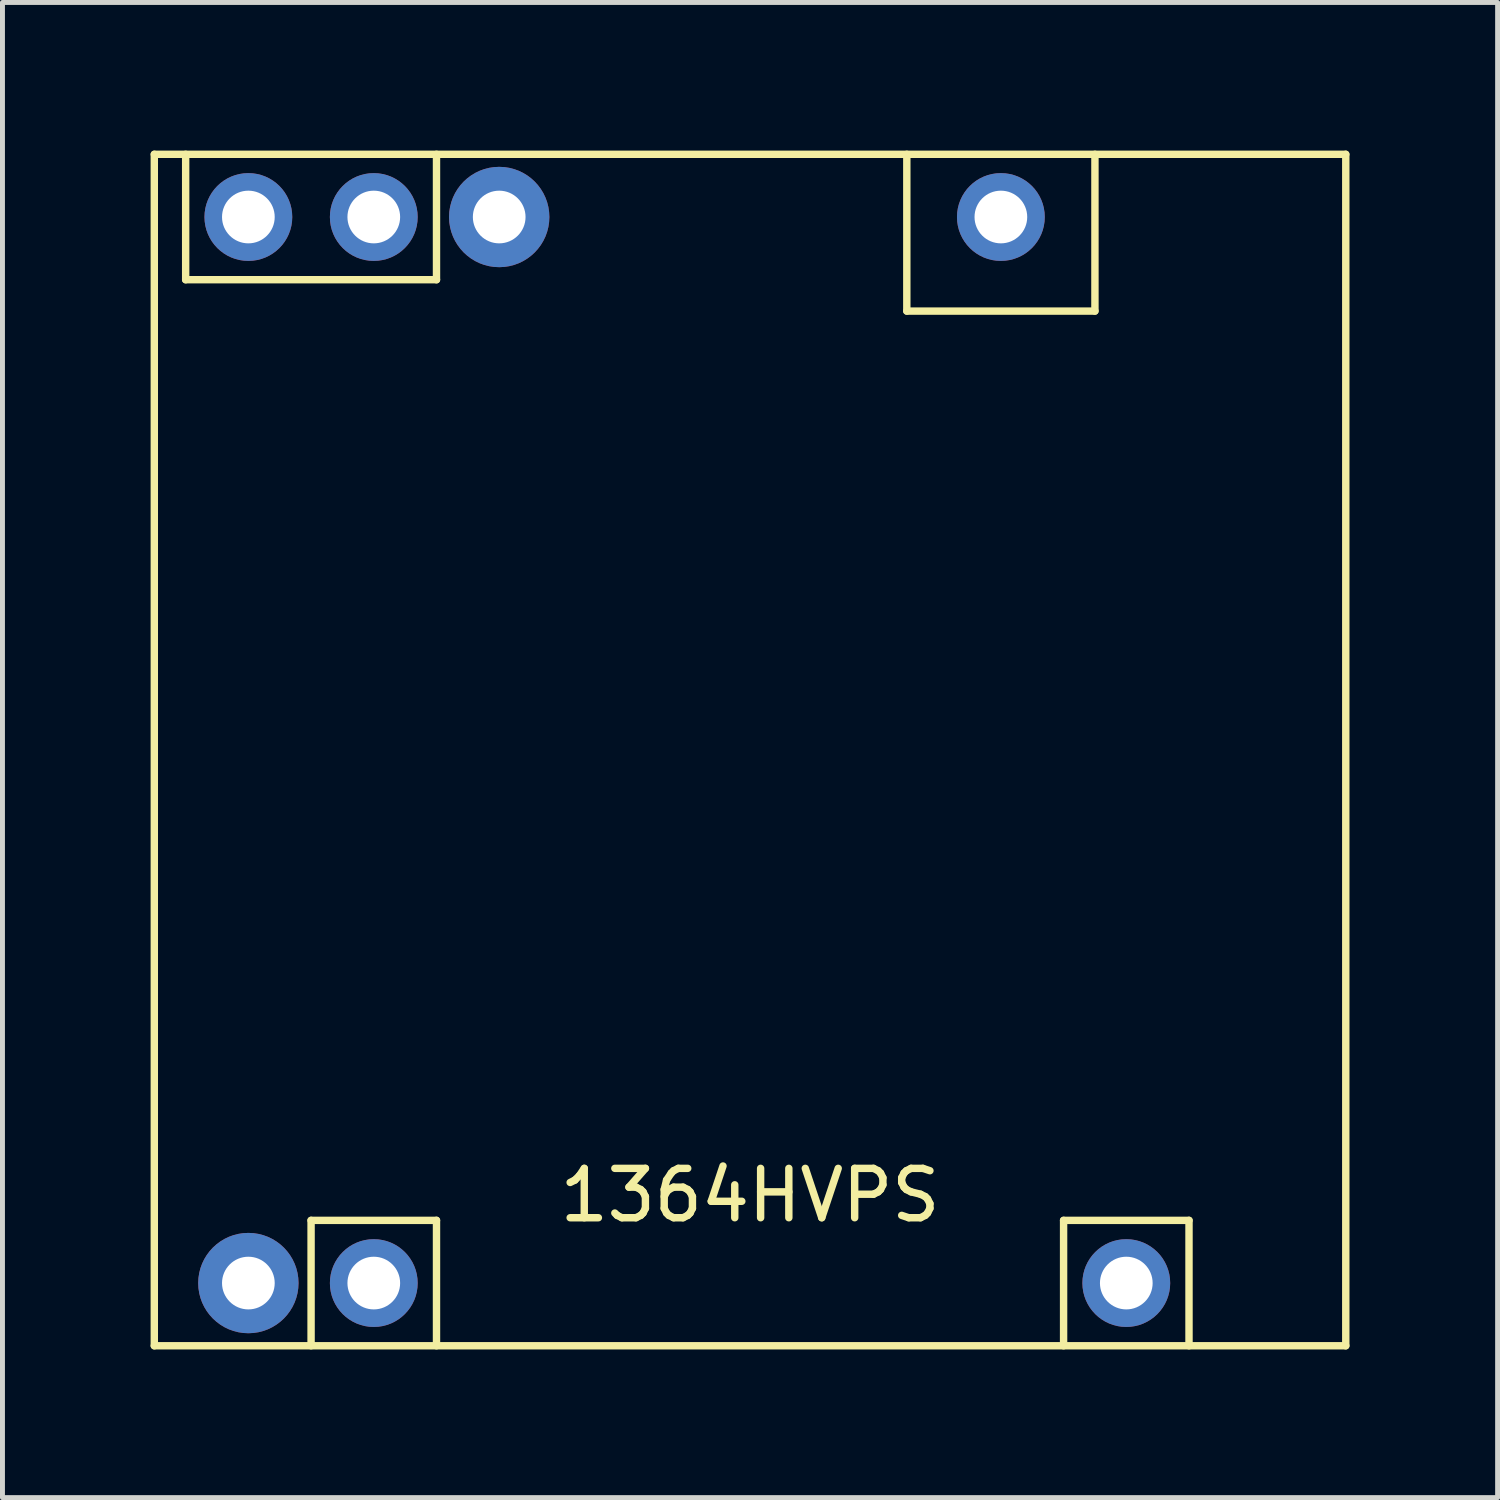
<source format=kicad_pcb>
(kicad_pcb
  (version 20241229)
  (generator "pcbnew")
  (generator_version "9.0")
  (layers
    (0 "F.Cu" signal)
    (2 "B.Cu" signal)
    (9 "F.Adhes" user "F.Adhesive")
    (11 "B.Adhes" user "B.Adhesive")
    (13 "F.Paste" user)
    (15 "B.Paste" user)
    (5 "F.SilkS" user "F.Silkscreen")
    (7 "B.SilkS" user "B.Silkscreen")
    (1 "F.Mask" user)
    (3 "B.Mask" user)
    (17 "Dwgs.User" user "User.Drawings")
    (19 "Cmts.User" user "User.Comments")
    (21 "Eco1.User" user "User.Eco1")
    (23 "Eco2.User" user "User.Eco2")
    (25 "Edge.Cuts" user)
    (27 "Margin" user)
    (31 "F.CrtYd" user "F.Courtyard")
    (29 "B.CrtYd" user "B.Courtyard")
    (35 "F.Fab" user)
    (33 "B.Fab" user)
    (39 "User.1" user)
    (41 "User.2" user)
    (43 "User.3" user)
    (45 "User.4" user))
  (footprint "1364HVPS"
    (layer "F.Cu")
    (at 12.14 12.14)
    (property "Reference" "1364HVPS" (at 0 9.017 0) (layer "F.SilkS") (effects (font (size 1 1) (thickness 0.15))))
    (attr through_hole)
    (fp_line (start -12.065 -12.065) (end 12.065 -12.065) (stroke (width 0.15) (type solid)) (layer "F.SilkS"))
    (fp_line (start -12.065 12.065) (end -12.065 -12.065) (stroke (width 0.15) (type solid)) (layer "F.SilkS"))
    (fp_line (start -11.43 -12.065) (end -11.43 -9.525) (stroke (width 0.15) (type solid)) (layer "F.SilkS"))
    (fp_line (start -11.43 -9.525) (end -6.35 -9.525) (stroke (width 0.15) (type solid)) (layer "F.SilkS"))
    (fp_line (start -8.89 9.525) (end -8.89 12.065) (stroke (width 0.15) (type solid)) (layer "F.SilkS"))
    (fp_line (start -6.35 -9.525) (end -6.35 -12.065) (stroke (width 0.15) (type solid)) (layer "F.SilkS"))
    (fp_line (start -6.35 9.525) (end -8.89 9.525) (stroke (width 0.15) (type solid)) (layer "F.SilkS"))
    (fp_line (start -6.35 12.065) (end -6.35 9.525) (stroke (width 0.15) (type solid)) (layer "F.SilkS"))
    (fp_line (start 3.175 -12.065) (end 3.175 -8.89) (stroke (width 0.15) (type solid)) (layer "F.SilkS"))
    (fp_line (start 3.175 -8.89) (end 6.985 -8.89) (stroke (width 0.15) (type solid)) (layer "F.SilkS"))
    (fp_line (start 6.35 9.525) (end 8.89 9.525) (stroke (width 0.15) (type solid)) (layer "F.SilkS"))
    (fp_line (start 6.35 12.065) (end 6.35 9.525) (stroke (width 0.15) (type solid)) (layer "F.SilkS"))
    (fp_line (start 6.985 -8.89) (end 6.985 -12.065) (stroke (width 0.15) (type solid)) (layer "F.SilkS"))
    (fp_line (start 8.89 9.525) (end 8.89 12.065) (stroke (width 0.15) (type solid)) (layer "F.SilkS"))
    (fp_line (start 12.065 -12.065) (end 12.065 12.065) (stroke (width 0.15) (type solid)) (layer "F.SilkS"))
    (fp_line (start 12.065 12.065) (end -12.065 12.065) (stroke (width 0.15) (type solid)) (layer "F.SilkS"))
    (pad "1" thru_hole circle (at 5.08 -10.795) (size 1.778 1.778) (drill 1.067) (layers "*.Cu" "*.Mask"))
    (pad "2" thru_hole circle (at -7.62 -10.795) (size 1.778 1.778) (drill 1.067) (layers "*.Cu" "*.Mask"))
    (pad "3" thru_hole circle (at -5.08 -10.795) (size 2.032 2.032) (drill 1.067) (layers "*.Cu" "*.Mask"))
    (pad "4" thru_hole circle (at -7.62 10.795) (size 1.778 1.778) (drill 1.067) (layers "*.Cu" "*.Mask"))
    (pad "5" thru_hole circle (at -10.16 10.795) (size 2.032 2.032) (drill 1.067) (layers "*.Cu" "*.Mask"))
    (pad "6" thru_hole circle (at -10.16 -10.795) (size 1.778 1.778) (drill 1.067) (layers "*.Cu" "*.Mask"))
    (pad "7" thru_hole circle (at 7.62 10.795) (size 1.778 1.778) (drill 1.067) (layers "*.Cu" "*.Mask")))
  (gr_rect
    (start -3 -3)
    (end 27.28 27.28)
    (stroke (width 0.1) (type default))
    (fill no)
    (layer "Edge.Cuts")))
</source>
